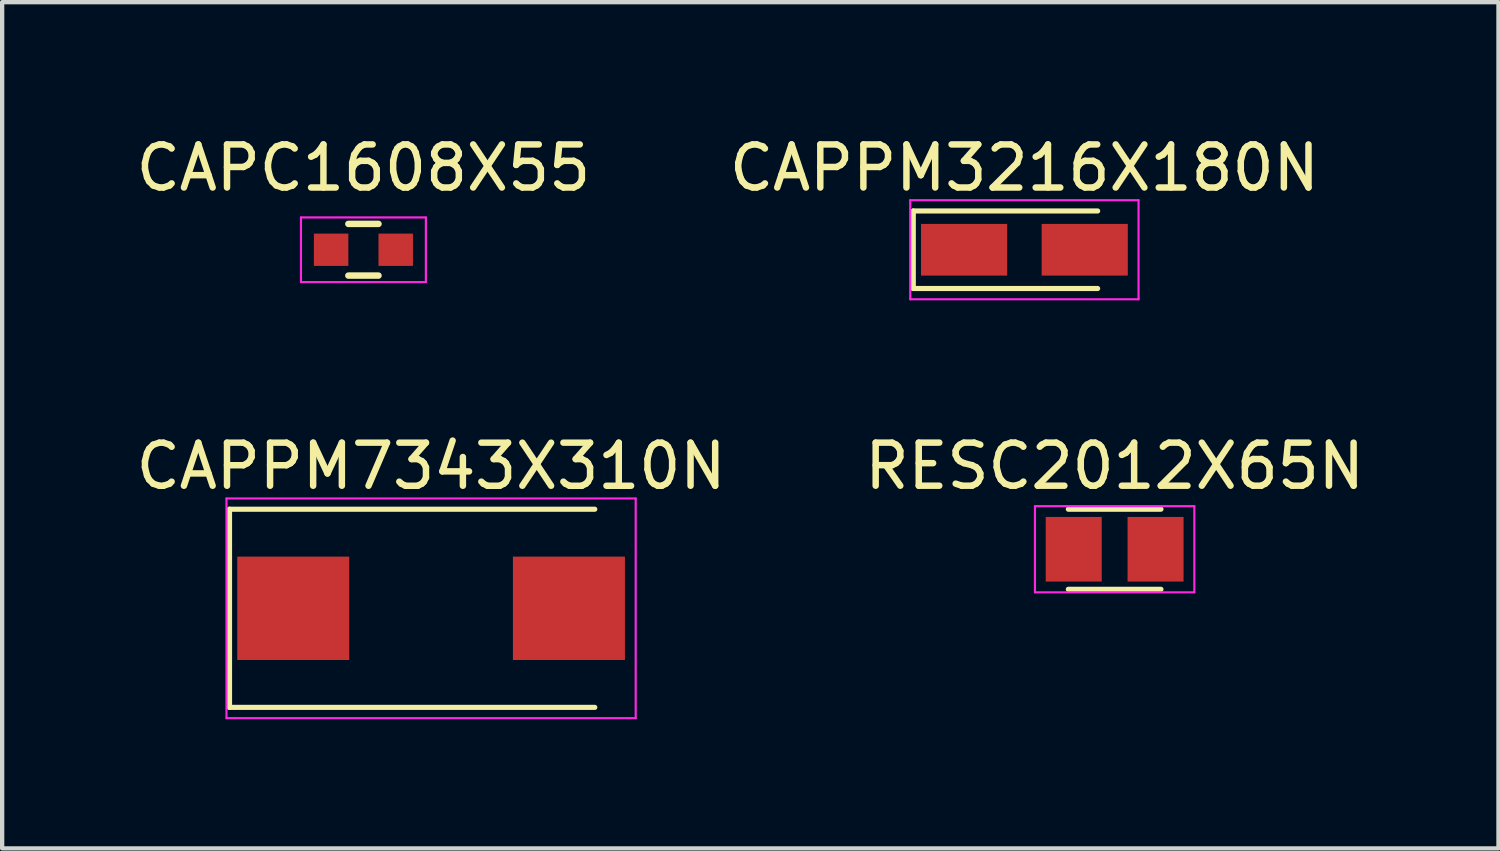
<source format=kicad_pcb>
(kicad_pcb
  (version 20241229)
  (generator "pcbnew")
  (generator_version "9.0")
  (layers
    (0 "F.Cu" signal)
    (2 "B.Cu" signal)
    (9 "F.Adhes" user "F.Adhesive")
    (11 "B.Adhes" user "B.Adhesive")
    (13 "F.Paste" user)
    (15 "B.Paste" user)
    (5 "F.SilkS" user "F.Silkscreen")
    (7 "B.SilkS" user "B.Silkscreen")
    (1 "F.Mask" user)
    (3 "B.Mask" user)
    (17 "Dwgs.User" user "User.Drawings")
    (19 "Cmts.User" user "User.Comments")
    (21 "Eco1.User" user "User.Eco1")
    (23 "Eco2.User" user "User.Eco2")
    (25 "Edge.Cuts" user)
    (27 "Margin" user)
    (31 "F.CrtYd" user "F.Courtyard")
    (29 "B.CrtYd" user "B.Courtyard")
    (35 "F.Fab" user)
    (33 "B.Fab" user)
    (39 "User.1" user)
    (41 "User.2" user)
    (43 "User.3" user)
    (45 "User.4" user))
  (footprint "CAPPM3216X180N"
    (layer "F.Cu")
    (at 20.732 2.748)
    (property "Reference" "CAPPM3216X180N" (at 0 -1.9 0) (layer "F.SilkS") (effects (font (size 1 1) (thickness 0.15))))
    (attr through_hole)
    (fp_line (start -2.58 -0.9) (end 1.7 -0.9) (stroke (width 0.12) (type solid)) (layer "F.SilkS"))
    (fp_line (start -2.58 0.9) (end -2.58 -0.9) (stroke (width 0.12) (type solid)) (layer "F.SilkS"))
    (fp_line (start -2.58 0.9) (end 1.7 0.9) (stroke (width 0.12) (type solid)) (layer "F.SilkS"))
    (fp_line (start -2.65 -1.15) (end -2.65 1.15) (stroke (width 0.05) (type solid)) (layer "F.CrtYd"))
    (fp_line (start -2.65 -1.15) (end 2.65 -1.15) (stroke (width 0.05) (type solid)) (layer "F.CrtYd"))
    (fp_line (start -2.65 1.15) (end 2.65 1.15) (stroke (width 0.05) (type solid)) (layer "F.CrtYd"))
    (fp_line (start 2.65 -1.15) (end 2.65 1.15) (stroke (width 0.05) (type solid)) (layer "F.CrtYd"))
    (pad "1" smd rect (at -1.4 0) (size 2 1.2) (layers "F.Cu" "F.Mask" "F.Paste"))
    (pad "2" smd rect (at 1.4 0) (size 2 1.2) (layers "F.Cu" "F.Mask" "F.Paste")))
  (footprint "CAPC1608X55"
    (layer "F.Cu")
    (at 5.387 2.748)
    (property "Reference" "CAPC1608X55" (at 0 -1.9 0) (layer "F.SilkS") (effects (font (size 1 1) (thickness 0.15))))
    (attr smd)
    (fp_line (start -0.35 -0.6) (end 0.35 -0.6) (stroke (width 0.15) (type solid)) (layer "F.SilkS"))
    (fp_line (start 0.35 0.6) (end -0.35 0.6) (stroke (width 0.15) (type solid)) (layer "F.SilkS"))
    (fp_line (start -1.45 -0.75) (end -1.45 0.75) (stroke (width 0.05) (type solid)) (layer "F.CrtYd"))
    (fp_line (start -1.45 -0.75) (end 1.45 -0.75) (stroke (width 0.05) (type solid)) (layer "F.CrtYd"))
    (fp_line (start -1.45 0.75) (end 1.45 0.75) (stroke (width 0.05) (type solid)) (layer "F.CrtYd"))
    (fp_line (start 1.45 -0.75) (end 1.45 0.75) (stroke (width 0.05) (type solid)) (layer "F.CrtYd"))
    (pad "1" smd rect (at -0.75 0) (size 0.8 0.75) (layers "F.Cu" "F.Mask" "F.Paste"))
    (pad "2" smd rect (at 0.75 0) (size 0.8 0.75) (layers "F.Cu" "F.Mask" "F.Paste")))
  (footprint "CAPPM7343X310N"
    (layer "F.Cu")
    (at 6.958 11.072)
    (property "Reference" "CAPPM7343X310N" (at 0 -3.3 0) (layer "F.SilkS") (effects (font (size 1 1) (thickness 0.15))))
    (attr through_hole)
    (fp_line (start -4.68 -2.3) (end 3.8 -2.3) (stroke (width 0.12) (type solid)) (layer "F.SilkS"))
    (fp_line (start -4.68 2.3) (end -4.68 -2.3) (stroke (width 0.12) (type solid)) (layer "F.SilkS"))
    (fp_line (start -4.68 2.3) (end 3.8 2.3) (stroke (width 0.12) (type solid)) (layer "F.SilkS"))
    (fp_line (start -4.75 -2.55) (end -4.75 2.55) (stroke (width 0.05) (type solid)) (layer "F.CrtYd"))
    (fp_line (start -4.75 -2.55) (end 4.75 -2.55) (stroke (width 0.05) (type solid)) (layer "F.CrtYd"))
    (fp_line (start -4.75 2.55) (end 4.75 2.55) (stroke (width 0.05) (type solid)) (layer "F.CrtYd"))
    (fp_line (start 4.75 -2.55) (end 4.75 2.55) (stroke (width 0.05) (type solid)) (layer "F.CrtYd"))
    (pad "1" smd rect (at -3.2 0) (size 2.6 2.4) (layers "F.Cu" "F.Mask" "F.Paste"))
    (pad "2" smd rect (at 3.2 0) (size 2.6 2.4) (layers "F.Cu" "F.Mask" "F.Paste")))
  (footprint "RESC2012X65N"
    (layer "F.Cu")
    (at 22.827 9.701)
    (property "Reference" "RESC2012X65N" (at 0 -1.93 0) (layer "F.SilkS") (effects (font (size 1 1) (thickness 0.15))))
    (attr through_hole)
    (fp_line (start 1.075 -0.93) (end -1.075 -0.93) (stroke (width 0.12) (type solid)) (layer "F.SilkS"))
    (fp_line (start 1.075 0.93) (end -1.075 0.93) (stroke (width 0.12) (type solid)) (layer "F.SilkS"))
    (fp_line (start -1.85 -1) (end -1.85 1) (stroke (width 0.05) (type solid)) (layer "F.CrtYd"))
    (fp_line (start -1.85 -1) (end 1.85 -1) (stroke (width 0.05) (type solid)) (layer "F.CrtYd"))
    (fp_line (start -1.85 1) (end 1.85 1) (stroke (width 0.05) (type solid)) (layer "F.CrtYd"))
    (fp_line (start 1.85 -1) (end 1.85 1) (stroke (width 0.05) (type solid)) (layer "F.CrtYd"))
    (pad "1" smd rect (at -0.95 0) (size 1.3 1.5) (layers "F.Cu" "F.Mask" "F.Paste"))
    (pad "2" smd rect (at 0.95 0) (size 1.3 1.5) (layers "F.Cu" "F.Mask" "F.Paste")))
  (gr_rect
    (start -3 -3)
    (end 31.738 16.646)
    (stroke (width 0.1) (type default))
    (fill no)
    (layer "Edge.Cuts")))
</source>
